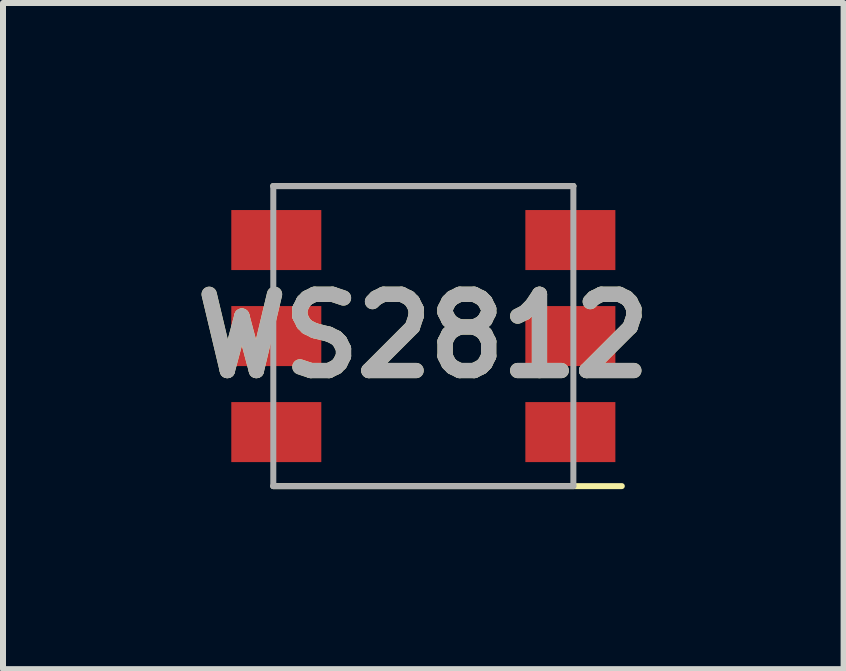
<source format=kicad_pcb>
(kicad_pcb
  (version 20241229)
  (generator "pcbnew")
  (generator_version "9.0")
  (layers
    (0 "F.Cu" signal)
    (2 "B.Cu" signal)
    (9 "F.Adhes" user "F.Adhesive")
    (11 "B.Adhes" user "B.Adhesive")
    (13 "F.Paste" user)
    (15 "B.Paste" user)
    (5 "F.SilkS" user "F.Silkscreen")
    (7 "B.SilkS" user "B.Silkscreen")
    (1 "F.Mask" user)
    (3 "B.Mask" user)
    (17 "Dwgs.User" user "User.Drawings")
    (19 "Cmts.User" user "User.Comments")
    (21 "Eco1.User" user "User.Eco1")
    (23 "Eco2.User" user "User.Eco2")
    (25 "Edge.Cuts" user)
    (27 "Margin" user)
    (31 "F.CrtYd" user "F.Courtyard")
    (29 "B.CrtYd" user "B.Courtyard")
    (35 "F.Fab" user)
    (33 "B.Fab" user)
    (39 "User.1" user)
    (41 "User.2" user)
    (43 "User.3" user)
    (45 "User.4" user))
  (footprint "WS2812"
    (layer "F.Cu")
    (at 4.004 2.55)
    (property "Reference" "WS2812" (at 0 0 0) (layer "F.SilkS") (effects (font (size 1.27 1.27) (thickness 0.254))))
    (attr smd)
    (fp_line (start -2.5 -2.5) (end 2.5 -2.5) (stroke (width 0.1) (type solid)) (layer "F.SilkS"))
    (fp_line (start 3.307 2.5) (end -2.5 2.5) (stroke (width 0.1) (type solid)) (layer "F.SilkS"))
    (fp_line (start -2.5 -2.5) (end 2.5 -2.5) (stroke (width 0.1) (type solid)) (layer "F.Fab"))
    (fp_line (start -2.5 2.5) (end -2.5 -2.5) (stroke (width 0.1) (type solid)) (layer "F.Fab"))
    (fp_line (start 2.5 -2.5) (end 2.5 2.5) (stroke (width 0.1) (type solid)) (layer "F.Fab"))
    (fp_line (start 2.5 2.5) (end -2.5 2.5) (stroke (width 0.1) (type solid)) (layer "F.Fab"))
    (fp_text user "${REFERENCE}" (at 0 0 0) (layer "F.Fab") (effects (font (size 1.27 1.27) (thickness 0.254))))
    (pad "1" smd rect (at 2.45 1.6 90) (size 1 1.5) (layers "F.Cu" "F.Mask" "F.Paste"))
    (pad "2" smd rect (at 2.45 0 90) (size 1 1.5) (layers "F.Cu" "F.Mask" "F.Paste"))
    (pad "3" smd rect (at 2.45 -1.6 90) (size 1 1.5) (layers "F.Cu" "F.Mask" "F.Paste"))
    (pad "4" smd rect (at -2.45 -1.6 90) (size 1 1.5) (layers "F.Cu" "F.Mask" "F.Paste"))
    (pad "5" smd rect (at -2.45 0 90) (size 1 1.5) (layers "F.Cu" "F.Mask" "F.Paste"))
    (pad "6" smd rect (at -2.45 1.6 90) (size 1 1.5) (layers "F.Cu" "F.Mask" "F.Paste")))
  (gr_rect
    (start -3 -3)
    (end 11.007 8.1)
    (stroke (width 0.1) (type default))
    (fill no)
    (layer "Edge.Cuts")))
</source>
